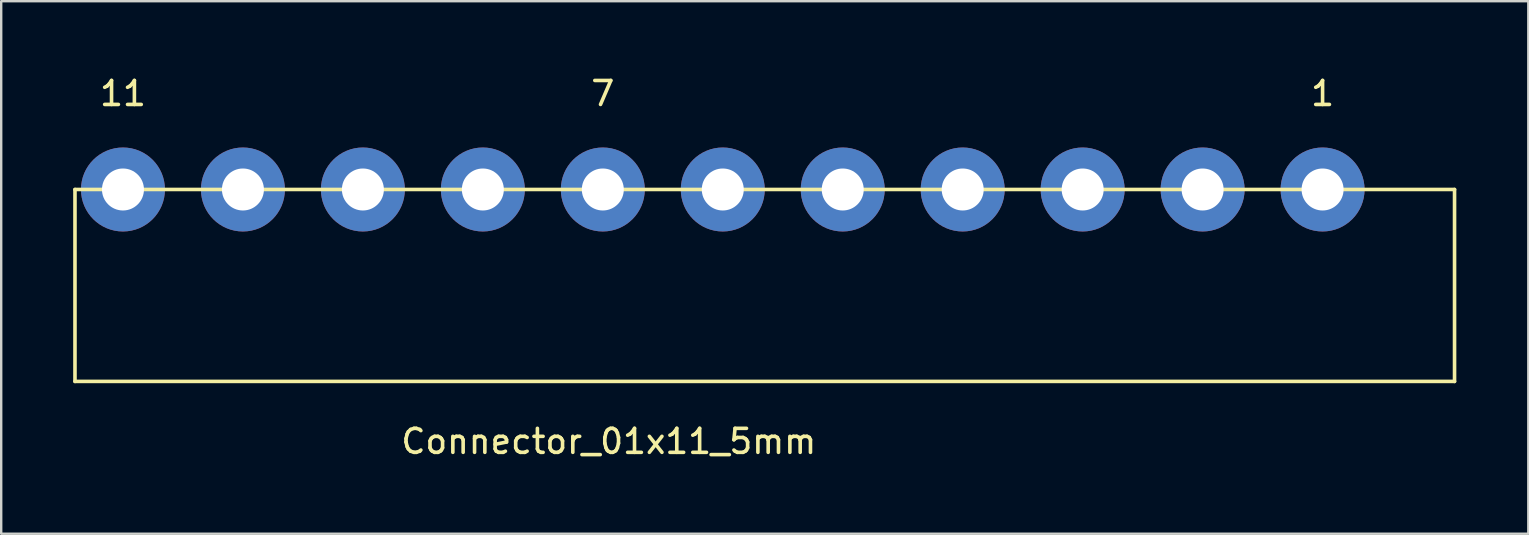
<source format=kicad_pcb>
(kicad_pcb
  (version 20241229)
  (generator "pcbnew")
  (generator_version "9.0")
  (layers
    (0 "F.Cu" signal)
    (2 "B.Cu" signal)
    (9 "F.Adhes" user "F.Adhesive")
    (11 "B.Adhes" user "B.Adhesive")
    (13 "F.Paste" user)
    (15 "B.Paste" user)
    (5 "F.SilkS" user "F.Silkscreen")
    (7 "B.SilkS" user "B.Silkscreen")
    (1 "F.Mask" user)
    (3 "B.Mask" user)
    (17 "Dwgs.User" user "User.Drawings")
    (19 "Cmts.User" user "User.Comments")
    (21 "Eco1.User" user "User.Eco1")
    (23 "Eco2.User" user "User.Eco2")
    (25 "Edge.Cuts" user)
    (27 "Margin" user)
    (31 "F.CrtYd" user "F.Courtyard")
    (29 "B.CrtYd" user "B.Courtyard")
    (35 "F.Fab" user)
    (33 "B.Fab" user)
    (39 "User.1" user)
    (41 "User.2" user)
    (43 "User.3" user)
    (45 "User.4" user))
  (footprint "Connector_01x11_5mm"
    (layer "F.Cu")
    (at 52.075 4.848)
    (property "Reference" "Connector_01x11_5mm" (at -29.75 10.5 0) (layer "F.SilkS") (effects (font (size 1 1) (thickness 0.15))))
    (attr through_hole)
    (fp_line (start -52 8) (end -52 0) (stroke (width 0.15) (type solid)) (layer "F.SilkS"))
    (fp_line (start -52 8) (end 5.5 8) (stroke (width 0.15) (type solid)) (layer "F.SilkS"))
    (fp_line (start 5.5 0) (end -52 0) (stroke (width 0.15) (type solid)) (layer "F.SilkS"))
    (fp_line (start 5.5 8) (end 5.5 0) (stroke (width 0.15) (type solid)) (layer "F.SilkS"))
    (fp_text user "11" (at -50 -4 0) (layer "F.SilkS") (effects (font (size 1 1) (thickness 0.15))))
    (fp_text user "7" (at -30 -4 0) (layer "F.SilkS") (effects (font (size 1 1) (thickness 0.15))))
    (fp_text user "1" (at 0 -4 0) (layer "F.SilkS") (effects (font (size 1 1) (thickness 0.15))))
    (pad "1" thru_hole circle (at 0 0 180) (size 3.5 3.5) (drill 1.75) (layers "B.Cu" "B.Mask"))
    (pad "2" thru_hole circle (at -5 0 180) (size 3.5 3.5) (drill 1.75) (layers "B.Cu" "B.Mask"))
    (pad "3" thru_hole circle (at -10 0 180) (size 3.5 3.5) (drill 1.75) (layers "B.Cu" "B.Mask"))
    (pad "4" thru_hole circle (at -15 0 180) (size 3.5 3.5) (drill 1.75) (layers "B.Cu" "B.Mask"))
    (pad "5" thru_hole circle (at -20 0 180) (size 3.5 3.5) (drill 1.75) (layers "B.Cu" "B.Mask"))
    (pad "6" thru_hole circle (at -25 0 180) (size 3.5 3.5) (drill 1.75) (layers "B.Cu" "B.Mask"))
    (pad "7" thru_hole circle (at -30 0 180) (size 3.5 3.5) (drill 1.75) (layers "B.Cu" "B.Mask"))
    (pad "8" thru_hole circle (at -35 0 180) (size 3.5 3.5) (drill 1.75) (layers "B.Cu" "B.Mask"))
    (pad "9" thru_hole circle (at -40 0 180) (size 3.5 3.5) (drill 1.75) (layers "B.Cu" "B.Mask"))
    (pad "10" thru_hole circle (at -45 0 180) (size 3.5 3.5) (drill 1.75) (layers "B.Cu" "B.Mask"))
    (pad "11" thru_hole circle (at -50 0 180) (size 3.5 3.5) (drill 1.75) (layers "B.Cu" "B.Mask")))
  (gr_rect
    (start -3 -3)
    (end 60.65 19.197)
    (stroke (width 0.1) (type default))
    (fill no)
    (layer "Edge.Cuts")))
</source>
